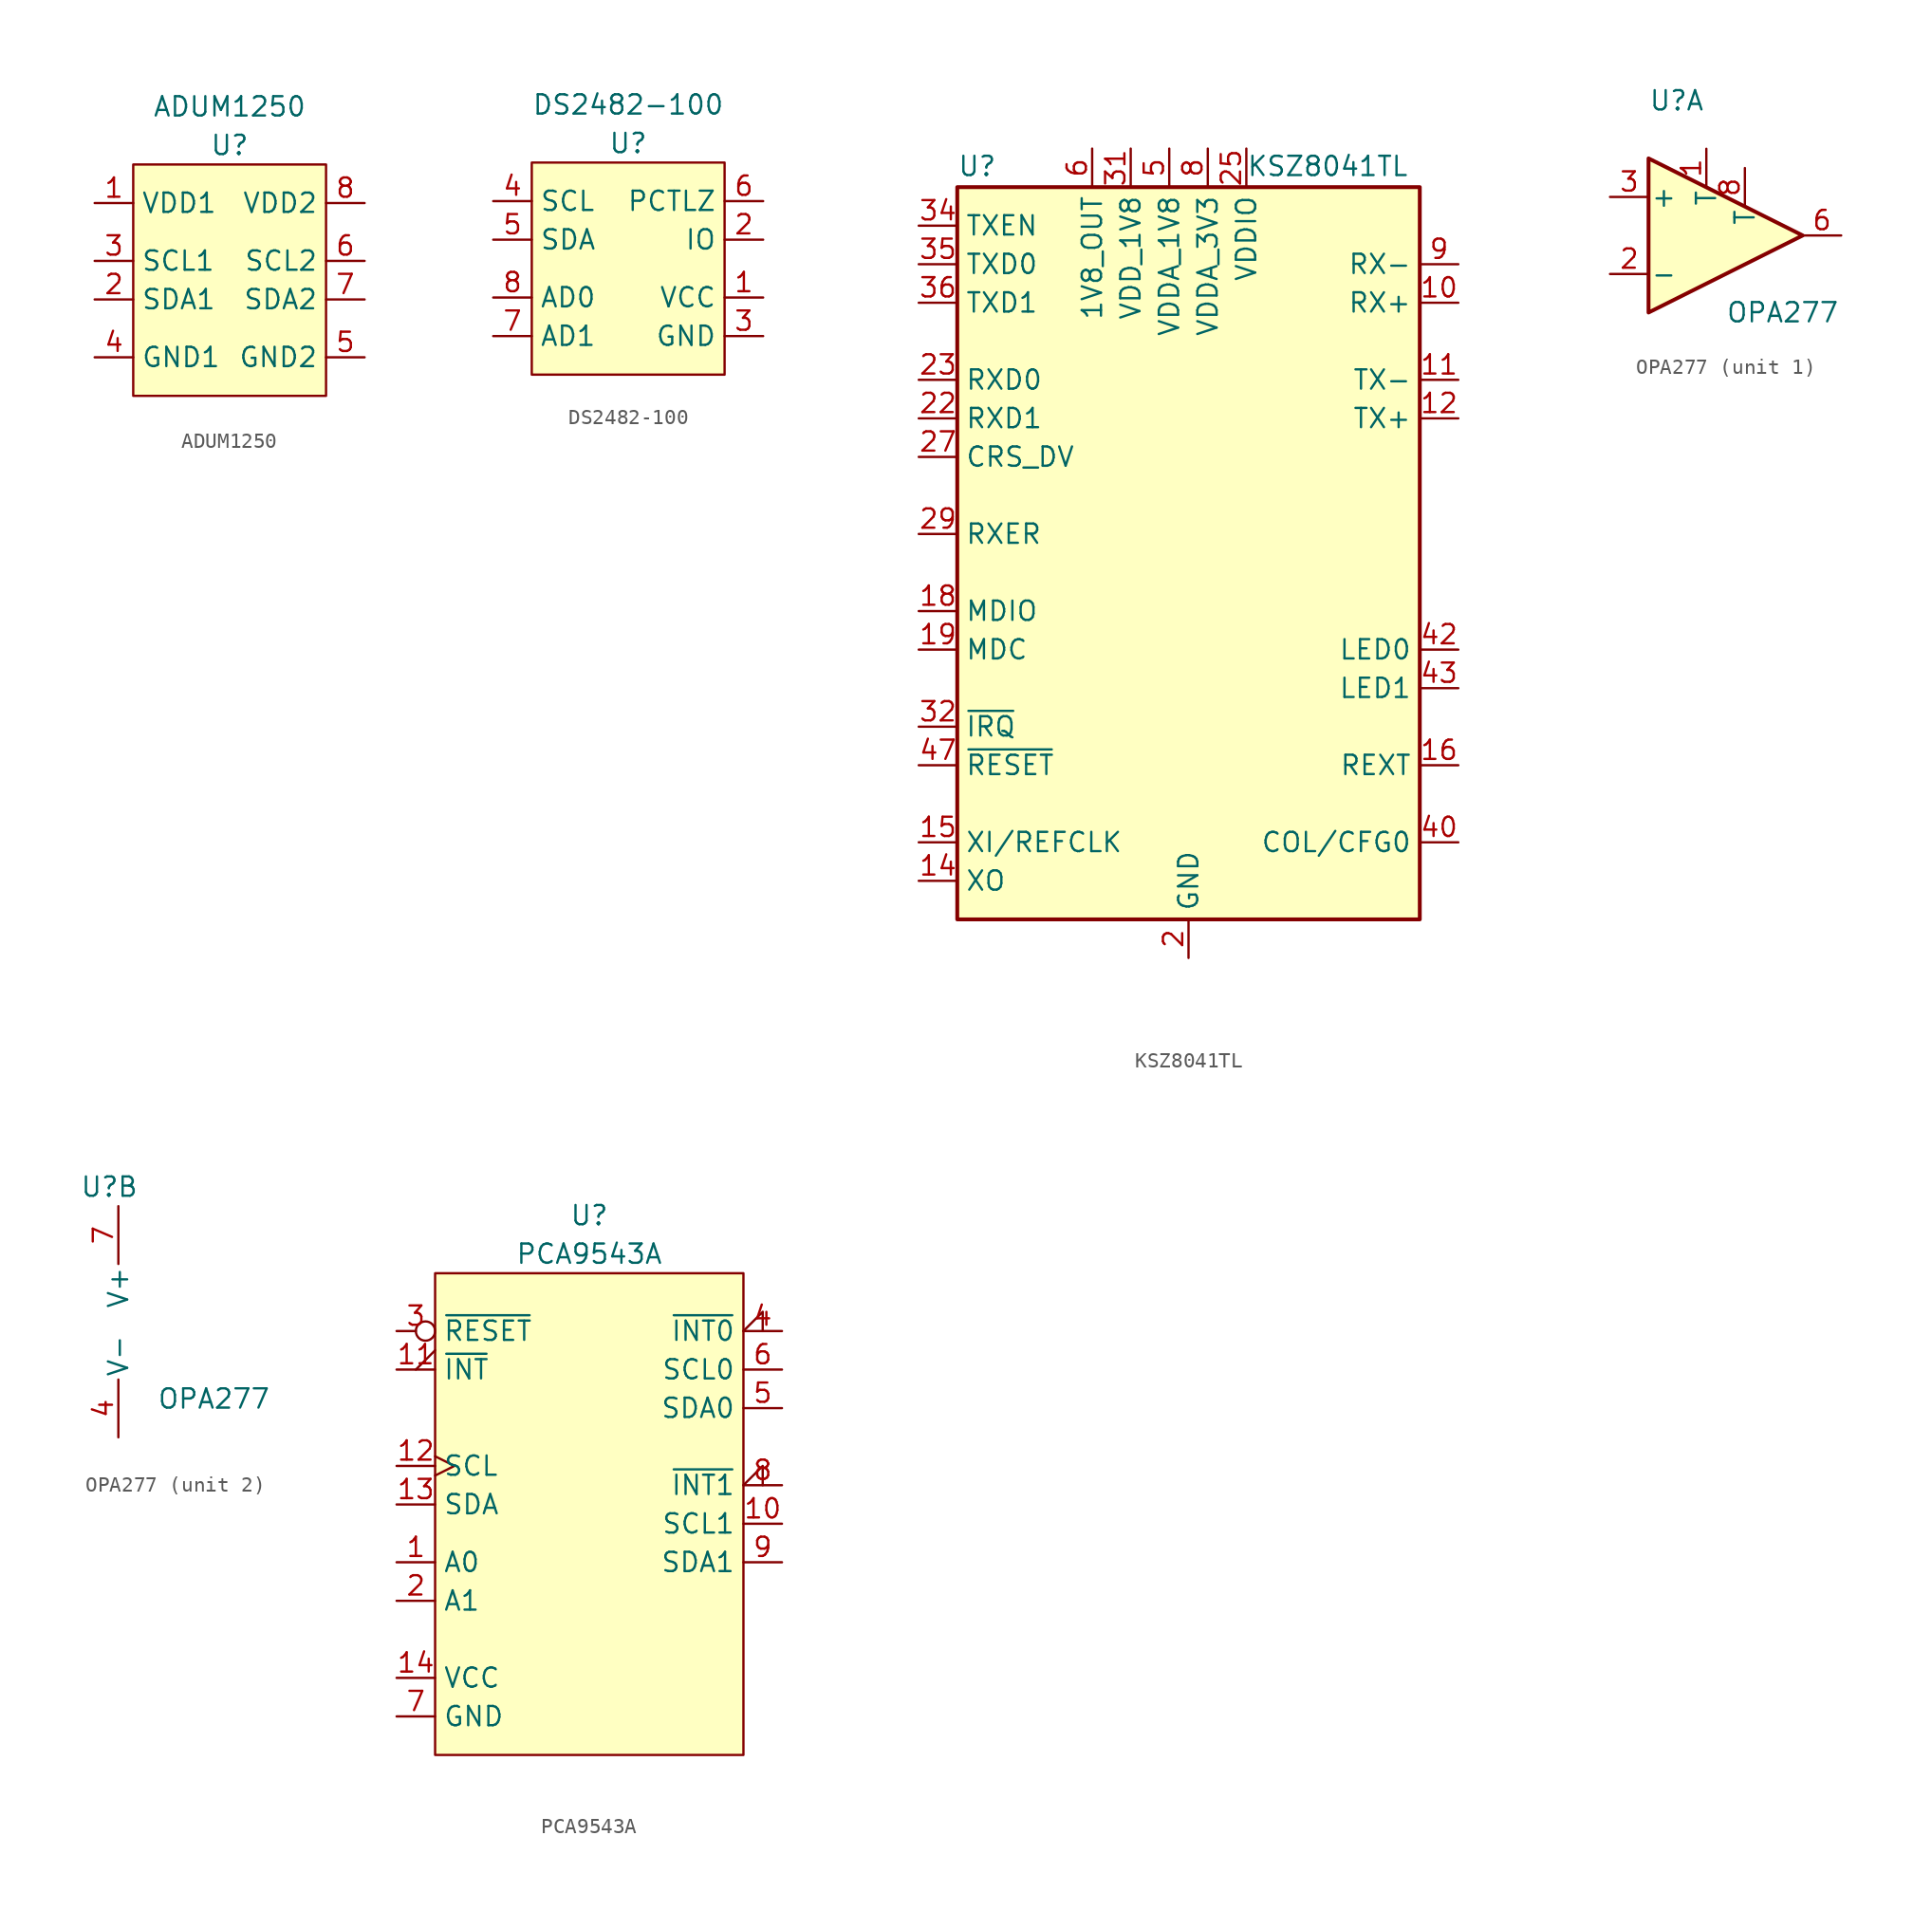
<source format=kicad_sym>
(kicad_symbol_lib
  (version 20211014)
  (generator kicad_symbol_editor)
  (symbol "ADUM1250"
    (property "Reference" "U"
      (at 0 1.27 0)
      (effects (font (size 1.27 1.27))))
    (property "Value" "ADUM1250"
      (at 0 3.81 0)
      (effects (font (size 1.27 1.27))))
    (symbol "ADUM1250_0_1"
      (rectangle (start -6.35 0) (end 6.35 -15.24) (stroke (width 0) (type default) (color 0 0 0 0)) (fill (type background))))
    (symbol "ADUM1250_1_1"
      (pin power_in line (at -8.89 -2.54 0) (length 2.54) (name "VDD1" (effects (font (size 1.27 1.27)))) (number "1" (effects (font (size 1.27 1.27)))))
      (pin bidirectional line (at -8.89 -8.89 0) (length 2.54) (name "SDA1" (effects (font (size 1.27 1.27)))) (number "2" (effects (font (size 1.27 1.27)))))
      (pin bidirectional line (at -8.89 -6.35 0) (length 2.54) (name "SCL1" (effects (font (size 1.27 1.27)))) (number "3" (effects (font (size 1.27 1.27)))))
      (pin power_in line (at -8.89 -12.7 0) (length 2.54) (name "GND1" (effects (font (size 1.27 1.27)))) (number "4" (effects (font (size 1.27 1.27)))))
      (pin power_in line (at 8.89 -12.7 180) (length 2.54) (name "GND2" (effects (font (size 1.27 1.27)))) (number "5" (effects (font (size 1.27 1.27)))))
      (pin bidirectional line (at 8.89 -6.35 180) (length 2.54) (name "SCL2" (effects (font (size 1.27 1.27)))) (number "6" (effects (font (size 1.27 1.27)))))
      (pin bidirectional line (at 8.89 -8.89 180) (length 2.54) (name "SDA2" (effects (font (size 1.27 1.27)))) (number "7" (effects (font (size 1.27 1.27)))))
      (pin power_in line (at 8.89 -2.54 180) (length 2.54) (name "VDD2" (effects (font (size 1.27 1.27)))) (number "8" (effects (font (size 1.27 1.27)))))))
  (symbol "DS2482-100"
    (property "Reference" "U"
      (at 0 1.27 0)
      (effects (font (size 1.27 1.27))))
    (property "Value" "DS2482-100"
      (at 0 3.81 0)
      (effects (font (size 1.27 1.27))))
    (symbol "DS2482-100_0_1"
      (rectangle (start -6.35 0) (end 6.35 -13.97) (stroke (width 0) (type default) (color 0 0 0 0)) (fill (type background))))
    (symbol "DS2482-100_1_1"
      (pin power_in line (at 8.89 -8.89 180) (length 2.54) (name "VCC" (effects (font (size 1.27 1.27)))) (number "1" (effects (font (size 1.27 1.27)))))
      (pin bidirectional line (at 8.89 -5.08 180) (length 2.54) (name "IO" (effects (font (size 1.27 1.27)))) (number "2" (effects (font (size 1.27 1.27)))))
      (pin power_in line (at 8.89 -11.43 180) (length 2.54) (name "GND" (effects (font (size 1.27 1.27)))) (number "3" (effects (font (size 1.27 1.27)))))
      (pin bidirectional line (at -8.89 -2.54 0) (length 2.54) (name "SCL" (effects (font (size 1.27 1.27)))) (number "4" (effects (font (size 1.27 1.27)))))
      (pin bidirectional line (at -8.89 -5.08 0) (length 2.54) (name "SDA" (effects (font (size 1.27 1.27)))) (number "5" (effects (font (size 1.27 1.27)))))
      (pin bidirectional line (at 8.89 -2.54 180) (length 2.54) (name "PCTLZ" (effects (font (size 1.27 1.27)))) (number "6" (effects (font (size 1.27 1.27)))))
      (pin input line (at -8.89 -11.43 0) (length 2.54) (name "AD1" (effects (font (size 1.27 1.27)))) (number "7" (effects (font (size 1.27 1.27)))))
      (pin input line (at -8.89 -8.89 0) (length 2.54) (name "AD0" (effects (font (size 1.27 1.27)))) (number "8" (effects (font (size 1.27 1.27)))))))
  (symbol "KSZ8041TL"
    (property "Reference" "U"
      (at -15.24 26.035 0)
      (effects (font (size 1.27 1.27)) (justify left bottom)))
    (property "Value" "KSZ8041TL"
      (at 3.81 26.035 0)
      (effects (font (size 1.27 1.27)) (justify left bottom)))
    (symbol "KSZ8041TL_0_1"
      (rectangle (start -15.24 25.4) (end 15.24 -22.86) (stroke (width 0.254) (type default) (color 0 0 0 0)) (fill (type background))))
    (symbol "KSZ8041TL_1_1"
      (pin passive line (at 0 -25.4 90) (length 2.54) hide (name "GND" (effects (font (size 1.27 1.27)))) (number "1" (effects (font (size 1.27 1.27)))))
      (pin bidirectional line (at 17.78 17.78 180) (length 2.54) (name "RX+" (effects (font (size 1.27 1.27)))) (number "10" (effects (font (size 1.27 1.27)))))
      (pin bidirectional line (at 17.78 12.7 180) (length 2.54) (name "TX-" (effects (font (size 1.27 1.27)))) (number "11" (effects (font (size 1.27 1.27)))))
      (pin bidirectional line (at 17.78 10.16 180) (length 2.54) (name "TX+" (effects (font (size 1.27 1.27)))) (number "12" (effects (font (size 1.27 1.27)))))
      (pin passive line (at 0 -25.4 90) (length 2.54) hide (name "GND" (effects (font (size 1.27 1.27)))) (number "13" (effects (font (size 1.27 1.27)))))
      (pin output line (at -17.78 -20.32 0) (length 2.54) (name "XO" (effects (font (size 1.27 1.27)))) (number "14" (effects (font (size 1.27 1.27)))))
      (pin input line (at -17.78 -17.78 0) (length 2.54) (name "XI/REFCLK" (effects (font (size 1.27 1.27)))) (number "15" (effects (font (size 1.27 1.27)))))
      (pin passive line (at 17.78 -12.7 180) (length 2.54) (name "REXT" (effects (font (size 1.27 1.27)))) (number "16" (effects (font (size 1.27 1.27)))))
      (pin passive line (at 0 -25.4 90) (length 2.54) hide (name "GND" (effects (font (size 1.27 1.27)))) (number "17" (effects (font (size 1.27 1.27)))))
      (pin bidirectional line (at -17.78 -2.54 0) (length 2.54) (name "MDIO" (effects (font (size 1.27 1.27)))) (number "18" (effects (font (size 1.27 1.27)))))
      (pin input line (at -17.78 -5.08 0) (length 2.54) (name "MDC" (effects (font (size 1.27 1.27)))) (number "19" (effects (font (size 1.27 1.27)))))
      (pin power_in line (at 0 -25.4 90) (length 2.54) (name "GND" (effects (font (size 1.27 1.27)))) (number "2" (effects (font (size 1.27 1.27)))))
      (pin no_connect line (at -17.78 0 0) (length 2.54) hide (name "RXD3" (effects (font (size 1.27 1.27)))) (number "20" (effects (font (size 1.27 1.27)))))
      (pin no_connect line (at -17.78 0 0) (length 2.54) hide (name "RXD2" (effects (font (size 1.27 1.27)))) (number "21" (effects (font (size 1.27 1.27)))))
      (pin output line (at -17.78 10.16 0) (length 2.54) (name "RXD1" (effects (font (size 1.27 1.27)))) (number "22" (effects (font (size 1.27 1.27)))))
      (pin output line (at -17.78 12.7 0) (length 2.54) (name "RXD0" (effects (font (size 1.27 1.27)))) (number "23" (effects (font (size 1.27 1.27)))))
      (pin passive line (at 0 -25.4 90) (length 2.54) hide (name "GND" (effects (font (size 1.27 1.27)))) (number "24" (effects (font (size 1.27 1.27)))))
      (pin power_in line (at 3.81 27.94 270) (length 2.54) (name "VDDIO" (effects (font (size 1.27 1.27)))) (number "25" (effects (font (size 1.27 1.27)))))
      (pin power_in line (at 3.81 27.94 270) (length 2.54) hide (name "VDDIO" (effects (font (size 1.27 1.27)))) (number "26" (effects (font (size 1.27 1.27)))))
      (pin output line (at -17.78 7.62 0) (length 2.54) (name "CRS_DV" (effects (font (size 1.27 1.27)))) (number "27" (effects (font (size 1.27 1.27)))))
      (pin output line (at -17.78 5.08 0) (length 2.54) hide (name "RXCLK" (effects (font (size 1.27 1.27)))) (number "28" (effects (font (size 1.27 1.27)))))
      (pin output line (at -17.78 2.54 0) (length 2.54) (name "RXER" (effects (font (size 1.27 1.27)))) (number "29" (effects (font (size 1.27 1.27)))))
      (pin passive line (at 0 -25.4 90) (length 2.54) hide (name "GND" (effects (font (size 1.27 1.27)))) (number "3" (effects (font (size 1.27 1.27)))))
      (pin passive line (at 0 -25.4 90) (length 2.54) hide (name "GND" (effects (font (size 1.27 1.27)))) (number "30" (effects (font (size 1.27 1.27)))))
      (pin power_in line (at -3.81 27.94 270) (length 2.54) (name "VDD_1V8" (effects (font (size 1.27 1.27)))) (number "31" (effects (font (size 1.27 1.27)))))
      (pin bidirectional line (at -17.78 -10.16 0) (length 2.54) (name "~{IRQ}" (effects (font (size 1.27 1.27)))) (number "32" (effects (font (size 1.27 1.27)))))
      (pin no_connect line (at -17.78 15.24 0) (length 2.54) hide (name "TXC" (effects (font (size 1.27 1.27)))) (number "33" (effects (font (size 1.27 1.27)))))
      (pin input line (at -17.78 22.86 0) (length 2.54) (name "TXEN" (effects (font (size 1.27 1.27)))) (number "34" (effects (font (size 1.27 1.27)))))
      (pin input line (at -17.78 20.32 0) (length 2.54) (name "TXD0" (effects (font (size 1.27 1.27)))) (number "35" (effects (font (size 1.27 1.27)))))
      (pin bidirectional line (at -17.78 17.78 0) (length 2.54) (name "TXD1" (effects (font (size 1.27 1.27)))) (number "36" (effects (font (size 1.27 1.27)))))
      (pin passive line (at 0 -25.4 90) (length 2.54) hide (name "GND" (effects (font (size 1.27 1.27)))) (number "37" (effects (font (size 1.27 1.27)))))
      (pin no_connect line (at -17.78 15.24 0) (length 2.54) hide (name "TXD2" (effects (font (size 1.27 1.27)))) (number "38" (effects (font (size 1.27 1.27)))))
      (pin no_connect line (at -17.78 15.24 0) (length 2.54) hide (name "TXD3" (effects (font (size 1.27 1.27)))) (number "39" (effects (font (size 1.27 1.27)))))
      (pin power_in line (at -1.27 27.94 270) (length 2.54) hide (name "VDDA_1V8" (effects (font (size 1.27 1.27)))) (number "4" (effects (font (size 1.27 1.27)))))
      (pin bidirectional line (at 17.78 -17.78 180) (length 2.54) (name "COL/CFG0" (effects (font (size 1.27 1.27)))) (number "40" (effects (font (size 1.27 1.27)))))
      (pin no_connect line (at 17.78 -20.32 180) (length 2.54) hide (name "CRS/CFG1" (effects (font (size 1.27 1.27)))) (number "41" (effects (font (size 1.27 1.27)))))
      (pin output line (at 17.78 -5.08 180) (length 2.54) (name "LED0" (effects (font (size 1.27 1.27)))) (number "42" (effects (font (size 1.27 1.27)))))
      (pin output line (at 17.78 -7.62 180) (length 2.54) (name "LED1" (effects (font (size 1.27 1.27)))) (number "43" (effects (font (size 1.27 1.27)))))
      (pin no_connect line (at 2.54 -25.4 90) (length 2.54) hide (name "NC" (effects (font (size 1.27 1.27)))) (number "44" (effects (font (size 1.27 1.27)))))
      (pin no_connect line (at 2.54 -25.4 90) (length 2.54) hide (name "NC" (effects (font (size 1.27 1.27)))) (number "45" (effects (font (size 1.27 1.27)))))
      (pin no_connect line (at 2.54 -25.4 90) (length 2.54) hide (name "NC" (effects (font (size 1.27 1.27)))) (number "46" (effects (font (size 1.27 1.27)))))
      (pin input line (at -17.78 -12.7 0) (length 2.54) (name "~{RESET}" (effects (font (size 1.27 1.27)))) (number "47" (effects (font (size 1.27 1.27)))))
      (pin no_connect line (at 2.54 -25.4 90) (length 2.54) hide (name "NC" (effects (font (size 1.27 1.27)))) (number "48" (effects (font (size 1.27 1.27)))))
      (pin power_in line (at -1.27 27.94 270) (length 2.54) (name "VDDA_1V8" (effects (font (size 1.27 1.27)))) (number "5" (effects (font (size 1.27 1.27)))))
      (pin power_out line (at -6.35 27.94 270) (length 2.54) (name "1V8_OUT" (effects (font (size 1.27 1.27)))) (number "6" (effects (font (size 1.27 1.27)))))
      (pin power_in line (at 1.27 27.94 270) (length 2.54) hide (name "VDDA_3V3" (effects (font (size 1.27 1.27)))) (number "7" (effects (font (size 1.27 1.27)))))
      (pin power_in line (at 1.27 27.94 270) (length 2.54) (name "VDDA_3V3" (effects (font (size 1.27 1.27)))) (number "8" (effects (font (size 1.27 1.27)))))
      (pin bidirectional line (at 17.78 20.32 180) (length 2.54) (name "RX-" (effects (font (size 1.27 1.27)))) (number "9" (effects (font (size 1.27 1.27)))))))
  (symbol "OPA277"
    (pin_names
      (offset 0.127))
    (property "Reference" "U"
      (at -5.08 8.89 0)
      (effects (font (size 1.27 1.27)) (justify left)))
    (property "Value" "OPA277"
      (at 0 -5.08 0)
      (effects (font (size 1.27 1.27)) (justify left)))
    (property "ki_locked" ""
      (at 0 0 0)
      (effects (font (size 1.27 1.27))))
    (symbol "OPA277_1_1"
      (polyline (pts (xy -5.08 5.08) (xy 5.08 0) (xy -5.08 -5.08) (xy -5.08 5.08)) (stroke (width 0.254) (type default) (color 0 0 0 0)) (fill (type background)))
      (pin passive line (at -1.27 5.715 270) (length 2.54) (name "T" (effects (font (size 1.27 1.27)))) (number "1" (effects (font (size 1.27 1.27)))))
      (pin input line (at -7.62 -2.54 0) (length 2.54) (name "-" (effects (font (size 1.27 1.27)))) (number "2" (effects (font (size 1.27 1.27)))))
      (pin input line (at -7.62 2.54 0) (length 2.54) (name "+" (effects (font (size 1.27 1.27)))) (number "3" (effects (font (size 1.27 1.27)))))
      (pin no_connect line (at 5.08 -3.81 180) (length 2.54) hide (name "NC" (effects (font (size 1.27 1.27)))) (number "5" (effects (font (size 1.27 1.27)))))
      (pin output line (at 7.62 0 180) (length 2.54) (name "~" (effects (font (size 1.27 1.27)))) (number "6" (effects (font (size 1.27 1.27)))))
      (pin passive line (at 1.27 4.445 270) (length 2.54) (name "T" (effects (font (size 1.27 1.27)))) (number "8" (effects (font (size 1.27 1.27))))))
    (symbol "OPA277_2_1"
      (pin power_in line (at -2.54 -7.62 90) (length 3.81) (name "V-" (effects (font (size 1.27 1.27)))) (number "4" (effects (font (size 1.27 1.27)))))
      (pin power_in line (at -2.54 7.62 270) (length 3.81) (name "V+" (effects (font (size 1.27 1.27)))) (number "7" (effects (font (size 1.27 1.27)))))))
  (symbol "PCA9543A"
    (property "Reference" "U"
      (at 0 3.81 0)
      (effects (font (size 1.27 1.27))))
    (property "Value" "PCA9543A"
      (at 0 1.27 0)
      (effects (font (size 1.27 1.27))))
    (symbol "PCA9543A_0_1"
      (rectangle (start -10.16 0) (end 10.16 -31.75) (stroke (width 0.152) (type default) (color 0 0 0 0)) (fill (type background))))
    (symbol "PCA9543A_1_1"
      (pin input line (at -12.7 -19.05 0) (length 2.54) (name "A0" (effects (font (size 1.27 1.27)))) (number "1" (effects (font (size 1.27 1.27)))))
      (pin bidirectional line (at 12.7 -16.51 180) (length 2.54) (name "SCL1" (effects (font (size 1.27 1.27)))) (number "10" (effects (font (size 1.27 1.27)))))
      (pin output output_low (at -12.7 -6.35 0) (length 2.54) (name "~{INT}" (effects (font (size 1.27 1.27)))) (number "11" (effects (font (size 1.27 1.27)))))
      (pin bidirectional clock (at -12.7 -12.7 0) (length 2.54) (name "SCL" (effects (font (size 1.27 1.27)))) (number "12" (effects (font (size 1.27 1.27)))))
      (pin bidirectional line (at -12.7 -15.24 0) (length 2.54) (name "SDA" (effects (font (size 1.27 1.27)))) (number "13" (effects (font (size 1.27 1.27)))))
      (pin power_in line (at -12.7 -26.67 0) (length 2.54) (name "VCC" (effects (font (size 1.27 1.27)))) (number "14" (effects (font (size 1.27 1.27)))))
      (pin input line (at -12.7 -21.59 0) (length 2.54) (name "A1" (effects (font (size 1.27 1.27)))) (number "2" (effects (font (size 1.27 1.27)))))
      (pin input inverted (at -12.7 -3.81 0) (length 2.54) (name "~{RESET}" (effects (font (size 1.27 1.27)))) (number "3" (effects (font (size 1.27 1.27)))))
      (pin input input_low (at 12.7 -3.81 180) (length 2.54) (name "~{INT0}" (effects (font (size 1.27 1.27)))) (number "4" (effects (font (size 1.27 1.27)))))
      (pin bidirectional line (at 12.7 -8.89 180) (length 2.54) (name "SDA0" (effects (font (size 1.27 1.27)))) (number "5" (effects (font (size 1.27 1.27)))))
      (pin bidirectional line (at 12.7 -6.35 180) (length 2.54) (name "SCL0" (effects (font (size 1.27 1.27)))) (number "6" (effects (font (size 1.27 1.27)))))
      (pin power_in line (at -12.7 -29.21 0) (length 2.54) (name "GND" (effects (font (size 1.27 1.27)))) (number "7" (effects (font (size 1.27 1.27)))))
      (pin input input_low (at 12.7 -13.97 180) (length 2.54) (name "~{INT1}" (effects (font (size 1.27 1.27)))) (number "8" (effects (font (size 1.27 1.27)))))
      (pin bidirectional line (at 12.7 -19.05 180) (length 2.54) (name "SDA1" (effects (font (size 1.27 1.27)))) (number "9" (effects (font (size 1.27 1.27))))))))
</source>
